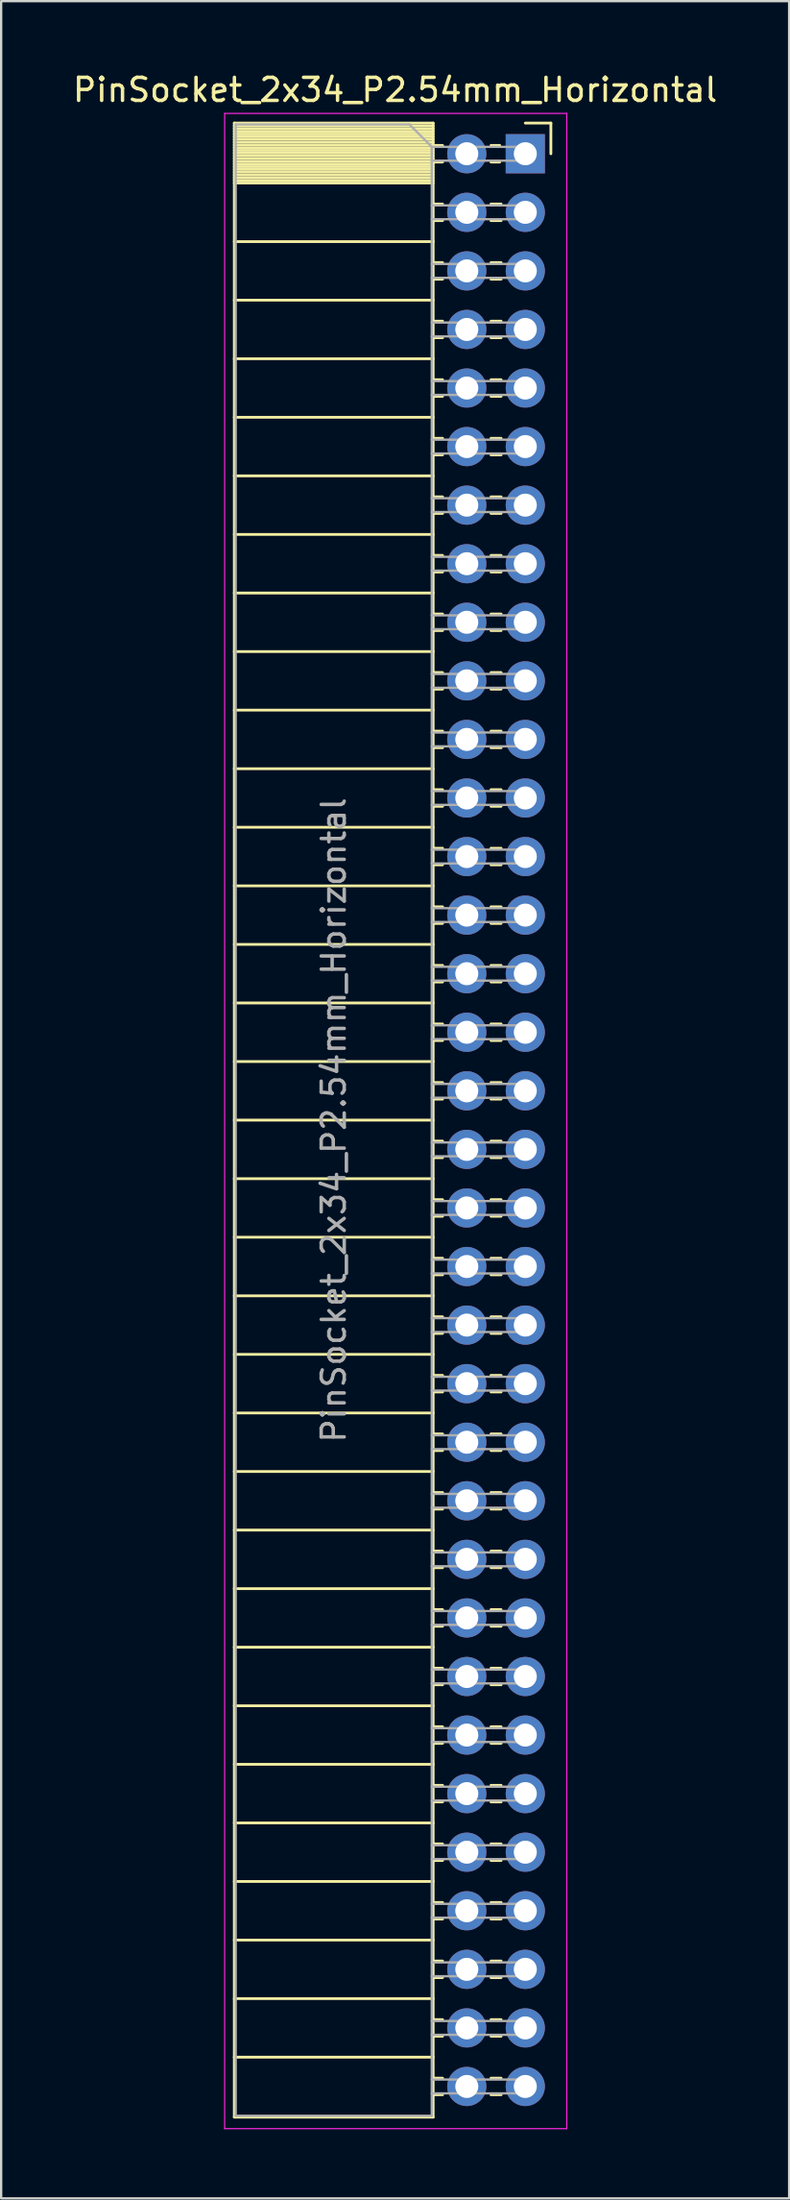
<source format=kicad_pcb>
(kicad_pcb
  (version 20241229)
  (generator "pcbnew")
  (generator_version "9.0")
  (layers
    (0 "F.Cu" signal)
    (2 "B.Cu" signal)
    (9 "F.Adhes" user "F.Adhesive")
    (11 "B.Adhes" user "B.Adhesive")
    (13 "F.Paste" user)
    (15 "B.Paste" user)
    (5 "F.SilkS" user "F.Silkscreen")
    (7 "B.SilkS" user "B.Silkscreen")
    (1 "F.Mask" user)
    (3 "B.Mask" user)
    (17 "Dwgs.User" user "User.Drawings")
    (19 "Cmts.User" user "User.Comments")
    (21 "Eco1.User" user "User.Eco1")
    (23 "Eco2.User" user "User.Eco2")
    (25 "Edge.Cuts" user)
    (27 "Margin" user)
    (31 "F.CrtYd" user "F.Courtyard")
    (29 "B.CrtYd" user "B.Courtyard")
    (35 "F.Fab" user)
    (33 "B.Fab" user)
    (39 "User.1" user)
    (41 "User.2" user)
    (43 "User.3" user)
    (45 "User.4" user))
  (footprint "PinSocket_2x34_P2.54mm_Horizontal"
    (layer "F.Cu")
    (at 19.751 3.618)
    (property "Reference" "PinSocket_2x34_P2.54mm_Horizontal" (at -5.65 -2.77 0) (layer "F.SilkS") (effects (font (size 1 1) (thickness 0.15))))
    (attr through_hole)
    (fp_line (start -12.63 -1.33) (end -12.63 85.15) (stroke (width 0.12) (type solid)) (layer "F.SilkS"))
    (fp_line (start -12.63 -1.33) (end -4 -1.33) (stroke (width 0.12) (type solid)) (layer "F.SilkS"))
    (fp_line (start -12.63 -1.21) (end -4 -1.21) (stroke (width 0.12) (type solid)) (layer "F.SilkS"))
    (fp_line (start -12.63 -1.092) (end -4 -1.092) (stroke (width 0.12) (type solid)) (layer "F.SilkS"))
    (fp_line (start -12.63 -0.974) (end -4 -0.974) (stroke (width 0.12) (type solid)) (layer "F.SilkS"))
    (fp_line (start -12.63 -0.856) (end -4 -0.856) (stroke (width 0.12) (type solid)) (layer "F.SilkS"))
    (fp_line (start -12.63 -0.738) (end -4 -0.738) (stroke (width 0.12) (type solid)) (layer "F.SilkS"))
    (fp_line (start -12.63 -0.62) (end -4 -0.62) (stroke (width 0.12) (type solid)) (layer "F.SilkS"))
    (fp_line (start -12.63 -0.501) (end -4 -0.501) (stroke (width 0.12) (type solid)) (layer "F.SilkS"))
    (fp_line (start -12.63 -0.383) (end -4 -0.383) (stroke (width 0.12) (type solid)) (layer "F.SilkS"))
    (fp_line (start -12.63 -0.265) (end -4 -0.265) (stroke (width 0.12) (type solid)) (layer "F.SilkS"))
    (fp_line (start -12.63 -0.147) (end -4 -0.147) (stroke (width 0.12) (type solid)) (layer "F.SilkS"))
    (fp_line (start -12.63 -0.029) (end -4 -0.029) (stroke (width 0.12) (type solid)) (layer "F.SilkS"))
    (fp_line (start -12.63 0.089) (end -4 0.089) (stroke (width 0.12) (type solid)) (layer "F.SilkS"))
    (fp_line (start -12.63 0.207) (end -4 0.207) (stroke (width 0.12) (type solid)) (layer "F.SilkS"))
    (fp_line (start -12.63 0.325) (end -4 0.325) (stroke (width 0.12) (type solid)) (layer "F.SilkS"))
    (fp_line (start -12.63 0.443) (end -4 0.443) (stroke (width 0.12) (type solid)) (layer "F.SilkS"))
    (fp_line (start -12.63 0.561) (end -4 0.561) (stroke (width 0.12) (type solid)) (layer "F.SilkS"))
    (fp_line (start -12.63 0.68) (end -4 0.68) (stroke (width 0.12) (type solid)) (layer "F.SilkS"))
    (fp_line (start -12.63 0.798) (end -4 0.798) (stroke (width 0.12) (type solid)) (layer "F.SilkS"))
    (fp_line (start -12.63 0.916) (end -4 0.916) (stroke (width 0.12) (type solid)) (layer "F.SilkS"))
    (fp_line (start -12.63 1.034) (end -4 1.034) (stroke (width 0.12) (type solid)) (layer "F.SilkS"))
    (fp_line (start -12.63 1.152) (end -4 1.152) (stroke (width 0.12) (type solid)) (layer "F.SilkS"))
    (fp_line (start -12.63 1.27) (end -4 1.27) (stroke (width 0.12) (type solid)) (layer "F.SilkS"))
    (fp_line (start -12.63 3.81) (end -4 3.81) (stroke (width 0.12) (type solid)) (layer "F.SilkS"))
    (fp_line (start -12.63 6.35) (end -4 6.35) (stroke (width 0.12) (type solid)) (layer "F.SilkS"))
    (fp_line (start -12.63 8.89) (end -4 8.89) (stroke (width 0.12) (type solid)) (layer "F.SilkS"))
    (fp_line (start -12.63 11.43) (end -4 11.43) (stroke (width 0.12) (type solid)) (layer "F.SilkS"))
    (fp_line (start -12.63 13.97) (end -4 13.97) (stroke (width 0.12) (type solid)) (layer "F.SilkS"))
    (fp_line (start -12.63 16.51) (end -4 16.51) (stroke (width 0.12) (type solid)) (layer "F.SilkS"))
    (fp_line (start -12.63 19.05) (end -4 19.05) (stroke (width 0.12) (type solid)) (layer "F.SilkS"))
    (fp_line (start -12.63 21.59) (end -4 21.59) (stroke (width 0.12) (type solid)) (layer "F.SilkS"))
    (fp_line (start -12.63 24.13) (end -4 24.13) (stroke (width 0.12) (type solid)) (layer "F.SilkS"))
    (fp_line (start -12.63 26.67) (end -4 26.67) (stroke (width 0.12) (type solid)) (layer "F.SilkS"))
    (fp_line (start -12.63 29.21) (end -4 29.21) (stroke (width 0.12) (type solid)) (layer "F.SilkS"))
    (fp_line (start -12.63 31.75) (end -4 31.75) (stroke (width 0.12) (type solid)) (layer "F.SilkS"))
    (fp_line (start -12.63 34.29) (end -4 34.29) (stroke (width 0.12) (type solid)) (layer "F.SilkS"))
    (fp_line (start -12.63 36.83) (end -4 36.83) (stroke (width 0.12) (type solid)) (layer "F.SilkS"))
    (fp_line (start -12.63 39.37) (end -4 39.37) (stroke (width 0.12) (type solid)) (layer "F.SilkS"))
    (fp_line (start -12.63 41.91) (end -4 41.91) (stroke (width 0.12) (type solid)) (layer "F.SilkS"))
    (fp_line (start -12.63 44.45) (end -4 44.45) (stroke (width 0.12) (type solid)) (layer "F.SilkS"))
    (fp_line (start -12.63 46.99) (end -4 46.99) (stroke (width 0.12) (type solid)) (layer "F.SilkS"))
    (fp_line (start -12.63 49.53) (end -4 49.53) (stroke (width 0.12) (type solid)) (layer "F.SilkS"))
    (fp_line (start -12.63 52.07) (end -4 52.07) (stroke (width 0.12) (type solid)) (layer "F.SilkS"))
    (fp_line (start -12.63 54.61) (end -4 54.61) (stroke (width 0.12) (type solid)) (layer "F.SilkS"))
    (fp_line (start -12.63 57.15) (end -4 57.15) (stroke (width 0.12) (type solid)) (layer "F.SilkS"))
    (fp_line (start -12.63 59.69) (end -4 59.69) (stroke (width 0.12) (type solid)) (layer "F.SilkS"))
    (fp_line (start -12.63 62.23) (end -4 62.23) (stroke (width 0.12) (type solid)) (layer "F.SilkS"))
    (fp_line (start -12.63 64.77) (end -4 64.77) (stroke (width 0.12) (type solid)) (layer "F.SilkS"))
    (fp_line (start -12.63 67.31) (end -4 67.31) (stroke (width 0.12) (type solid)) (layer "F.SilkS"))
    (fp_line (start -12.63 69.85) (end -4 69.85) (stroke (width 0.12) (type solid)) (layer "F.SilkS"))
    (fp_line (start -12.63 72.39) (end -4 72.39) (stroke (width 0.12) (type solid)) (layer "F.SilkS"))
    (fp_line (start -12.63 74.93) (end -4 74.93) (stroke (width 0.12) (type solid)) (layer "F.SilkS"))
    (fp_line (start -12.63 77.47) (end -4 77.47) (stroke (width 0.12) (type solid)) (layer "F.SilkS"))
    (fp_line (start -12.63 80.01) (end -4 80.01) (stroke (width 0.12) (type solid)) (layer "F.SilkS"))
    (fp_line (start -12.63 82.55) (end -4 82.55) (stroke (width 0.12) (type solid)) (layer "F.SilkS"))
    (fp_line (start -12.63 85.15) (end -4 85.15) (stroke (width 0.12) (type solid)) (layer "F.SilkS"))
    (fp_line (start -4 -1.33) (end -4 85.15) (stroke (width 0.12) (type solid)) (layer "F.SilkS"))
    (fp_line (start -4 -0.36) (end -3.59 -0.36) (stroke (width 0.12) (type solid)) (layer "F.SilkS"))
    (fp_line (start -4 0.36) (end -3.59 0.36) (stroke (width 0.12) (type solid)) (layer "F.SilkS"))
    (fp_line (start -4 2.18) (end -3.59 2.18) (stroke (width 0.12) (type solid)) (layer "F.SilkS"))
    (fp_line (start -4 2.9) (end -3.59 2.9) (stroke (width 0.12) (type solid)) (layer "F.SilkS"))
    (fp_line (start -4 4.72) (end -3.59 4.72) (stroke (width 0.12) (type solid)) (layer "F.SilkS"))
    (fp_line (start -4 5.44) (end -3.59 5.44) (stroke (width 0.12) (type solid)) (layer "F.SilkS"))
    (fp_line (start -4 7.26) (end -3.59 7.26) (stroke (width 0.12) (type solid)) (layer "F.SilkS"))
    (fp_line (start -4 7.98) (end -3.59 7.98) (stroke (width 0.12) (type solid)) (layer "F.SilkS"))
    (fp_line (start -4 9.8) (end -3.59 9.8) (stroke (width 0.12) (type solid)) (layer "F.SilkS"))
    (fp_line (start -4 10.52) (end -3.59 10.52) (stroke (width 0.12) (type solid)) (layer "F.SilkS"))
    (fp_line (start -4 12.34) (end -3.59 12.34) (stroke (width 0.12) (type solid)) (layer "F.SilkS"))
    (fp_line (start -4 13.06) (end -3.59 13.06) (stroke (width 0.12) (type solid)) (layer "F.SilkS"))
    (fp_line (start -4 14.88) (end -3.59 14.88) (stroke (width 0.12) (type solid)) (layer "F.SilkS"))
    (fp_line (start -4 15.6) (end -3.59 15.6) (stroke (width 0.12) (type solid)) (layer "F.SilkS"))
    (fp_line (start -4 17.42) (end -3.59 17.42) (stroke (width 0.12) (type solid)) (layer "F.SilkS"))
    (fp_line (start -4 18.14) (end -3.59 18.14) (stroke (width 0.12) (type solid)) (layer "F.SilkS"))
    (fp_line (start -4 19.96) (end -3.59 19.96) (stroke (width 0.12) (type solid)) (layer "F.SilkS"))
    (fp_line (start -4 20.68) (end -3.59 20.68) (stroke (width 0.12) (type solid)) (layer "F.SilkS"))
    (fp_line (start -4 22.5) (end -3.59 22.5) (stroke (width 0.12) (type solid)) (layer "F.SilkS"))
    (fp_line (start -4 23.22) (end -3.59 23.22) (stroke (width 0.12) (type solid)) (layer "F.SilkS"))
    (fp_line (start -4 25.04) (end -3.59 25.04) (stroke (width 0.12) (type solid)) (layer "F.SilkS"))
    (fp_line (start -4 25.76) (end -3.59 25.76) (stroke (width 0.12) (type solid)) (layer "F.SilkS"))
    (fp_line (start -4 27.58) (end -3.59 27.58) (stroke (width 0.12) (type solid)) (layer "F.SilkS"))
    (fp_line (start -4 28.3) (end -3.59 28.3) (stroke (width 0.12) (type solid)) (layer "F.SilkS"))
    (fp_line (start -4 30.12) (end -3.59 30.12) (stroke (width 0.12) (type solid)) (layer "F.SilkS"))
    (fp_line (start -4 30.84) (end -3.59 30.84) (stroke (width 0.12) (type solid)) (layer "F.SilkS"))
    (fp_line (start -4 32.66) (end -3.59 32.66) (stroke (width 0.12) (type solid)) (layer "F.SilkS"))
    (fp_line (start -4 33.38) (end -3.59 33.38) (stroke (width 0.12) (type solid)) (layer "F.SilkS"))
    (fp_line (start -4 35.2) (end -3.59 35.2) (stroke (width 0.12) (type solid)) (layer "F.SilkS"))
    (fp_line (start -4 35.92) (end -3.59 35.92) (stroke (width 0.12) (type solid)) (layer "F.SilkS"))
    (fp_line (start -4 37.74) (end -3.59 37.74) (stroke (width 0.12) (type solid)) (layer "F.SilkS"))
    (fp_line (start -4 38.46) (end -3.59 38.46) (stroke (width 0.12) (type solid)) (layer "F.SilkS"))
    (fp_line (start -4 40.28) (end -3.59 40.28) (stroke (width 0.12) (type solid)) (layer "F.SilkS"))
    (fp_line (start -4 41) (end -3.59 41) (stroke (width 0.12) (type solid)) (layer "F.SilkS"))
    (fp_line (start -4 42.82) (end -3.59 42.82) (stroke (width 0.12) (type solid)) (layer "F.SilkS"))
    (fp_line (start -4 43.54) (end -3.59 43.54) (stroke (width 0.12) (type solid)) (layer "F.SilkS"))
    (fp_line (start -4 45.36) (end -3.59 45.36) (stroke (width 0.12) (type solid)) (layer "F.SilkS"))
    (fp_line (start -4 46.08) (end -3.59 46.08) (stroke (width 0.12) (type solid)) (layer "F.SilkS"))
    (fp_line (start -4 47.9) (end -3.59 47.9) (stroke (width 0.12) (type solid)) (layer "F.SilkS"))
    (fp_line (start -4 48.62) (end -3.59 48.62) (stroke (width 0.12) (type solid)) (layer "F.SilkS"))
    (fp_line (start -4 50.44) (end -3.59 50.44) (stroke (width 0.12) (type solid)) (layer "F.SilkS"))
    (fp_line (start -4 51.16) (end -3.59 51.16) (stroke (width 0.12) (type solid)) (layer "F.SilkS"))
    (fp_line (start -4 52.98) (end -3.59 52.98) (stroke (width 0.12) (type solid)) (layer "F.SilkS"))
    (fp_line (start -4 53.7) (end -3.59 53.7) (stroke (width 0.12) (type solid)) (layer "F.SilkS"))
    (fp_line (start -4 55.52) (end -3.59 55.52) (stroke (width 0.12) (type solid)) (layer "F.SilkS"))
    (fp_line (start -4 56.24) (end -3.59 56.24) (stroke (width 0.12) (type solid)) (layer "F.SilkS"))
    (fp_line (start -4 58.06) (end -3.59 58.06) (stroke (width 0.12) (type solid)) (layer "F.SilkS"))
    (fp_line (start -4 58.78) (end -3.59 58.78) (stroke (width 0.12) (type solid)) (layer "F.SilkS"))
    (fp_line (start -4 60.6) (end -3.59 60.6) (stroke (width 0.12) (type solid)) (layer "F.SilkS"))
    (fp_line (start -4 61.32) (end -3.59 61.32) (stroke (width 0.12) (type solid)) (layer "F.SilkS"))
    (fp_line (start -4 63.14) (end -3.59 63.14) (stroke (width 0.12) (type solid)) (layer "F.SilkS"))
    (fp_line (start -4 63.86) (end -3.59 63.86) (stroke (width 0.12) (type solid)) (layer "F.SilkS"))
    (fp_line (start -4 65.68) (end -3.59 65.68) (stroke (width 0.12) (type solid)) (layer "F.SilkS"))
    (fp_line (start -4 66.4) (end -3.59 66.4) (stroke (width 0.12) (type solid)) (layer "F.SilkS"))
    (fp_line (start -4 68.22) (end -3.59 68.22) (stroke (width 0.12) (type solid)) (layer "F.SilkS"))
    (fp_line (start -4 68.94) (end -3.59 68.94) (stroke (width 0.12) (type solid)) (layer "F.SilkS"))
    (fp_line (start -4 70.76) (end -3.59 70.76) (stroke (width 0.12) (type solid)) (layer "F.SilkS"))
    (fp_line (start -4 71.48) (end -3.59 71.48) (stroke (width 0.12) (type solid)) (layer "F.SilkS"))
    (fp_line (start -4 73.3) (end -3.59 73.3) (stroke (width 0.12) (type solid)) (layer "F.SilkS"))
    (fp_line (start -4 74.02) (end -3.59 74.02) (stroke (width 0.12) (type solid)) (layer "F.SilkS"))
    (fp_line (start -4 75.84) (end -3.59 75.84) (stroke (width 0.12) (type solid)) (layer "F.SilkS"))
    (fp_line (start -4 76.56) (end -3.59 76.56) (stroke (width 0.12) (type solid)) (layer "F.SilkS"))
    (fp_line (start -4 78.38) (end -3.59 78.38) (stroke (width 0.12) (type solid)) (layer "F.SilkS"))
    (fp_line (start -4 79.1) (end -3.59 79.1) (stroke (width 0.12) (type solid)) (layer "F.SilkS"))
    (fp_line (start -4 80.92) (end -3.59 80.92) (stroke (width 0.12) (type solid)) (layer "F.SilkS"))
    (fp_line (start -4 81.64) (end -3.59 81.64) (stroke (width 0.12) (type solid)) (layer "F.SilkS"))
    (fp_line (start -4 83.46) (end -3.59 83.46) (stroke (width 0.12) (type solid)) (layer "F.SilkS"))
    (fp_line (start -4 84.18) (end -3.59 84.18) (stroke (width 0.12) (type solid)) (layer "F.SilkS"))
    (fp_line (start -1.49 -0.36) (end -1.11 -0.36) (stroke (width 0.12) (type solid)) (layer "F.SilkS"))
    (fp_line (start -1.49 0.36) (end -1.11 0.36) (stroke (width 0.12) (type solid)) (layer "F.SilkS"))
    (fp_line (start -1.49 2.18) (end -1.05 2.18) (stroke (width 0.12) (type solid)) (layer "F.SilkS"))
    (fp_line (start -1.49 2.9) (end -1.05 2.9) (stroke (width 0.12) (type solid)) (layer "F.SilkS"))
    (fp_line (start -1.49 4.72) (end -1.05 4.72) (stroke (width 0.12) (type solid)) (layer "F.SilkS"))
    (fp_line (start -1.49 5.44) (end -1.05 5.44) (stroke (width 0.12) (type solid)) (layer "F.SilkS"))
    (fp_line (start -1.49 7.26) (end -1.05 7.26) (stroke (width 0.12) (type solid)) (layer "F.SilkS"))
    (fp_line (start -1.49 7.98) (end -1.05 7.98) (stroke (width 0.12) (type solid)) (layer "F.SilkS"))
    (fp_line (start -1.49 9.8) (end -1.05 9.8) (stroke (width 0.12) (type solid)) (layer "F.SilkS"))
    (fp_line (start -1.49 10.52) (end -1.05 10.52) (stroke (width 0.12) (type solid)) (layer "F.SilkS"))
    (fp_line (start -1.49 12.34) (end -1.05 12.34) (stroke (width 0.12) (type solid)) (layer "F.SilkS"))
    (fp_line (start -1.49 13.06) (end -1.05 13.06) (stroke (width 0.12) (type solid)) (layer "F.SilkS"))
    (fp_line (start -1.49 14.88) (end -1.05 14.88) (stroke (width 0.12) (type solid)) (layer "F.SilkS"))
    (fp_line (start -1.49 15.6) (end -1.05 15.6) (stroke (width 0.12) (type solid)) (layer "F.SilkS"))
    (fp_line (start -1.49 17.42) (end -1.05 17.42) (stroke (width 0.12) (type solid)) (layer "F.SilkS"))
    (fp_line (start -1.49 18.14) (end -1.05 18.14) (stroke (width 0.12) (type solid)) (layer "F.SilkS"))
    (fp_line (start -1.49 19.96) (end -1.05 19.96) (stroke (width 0.12) (type solid)) (layer "F.SilkS"))
    (fp_line (start -1.49 20.68) (end -1.05 20.68) (stroke (width 0.12) (type solid)) (layer "F.SilkS"))
    (fp_line (start -1.49 22.5) (end -1.05 22.5) (stroke (width 0.12) (type solid)) (layer "F.SilkS"))
    (fp_line (start -1.49 23.22) (end -1.05 23.22) (stroke (width 0.12) (type solid)) (layer "F.SilkS"))
    (fp_line (start -1.49 25.04) (end -1.05 25.04) (stroke (width 0.12) (type solid)) (layer "F.SilkS"))
    (fp_line (start -1.49 25.76) (end -1.05 25.76) (stroke (width 0.12) (type solid)) (layer "F.SilkS"))
    (fp_line (start -1.49 27.58) (end -1.05 27.58) (stroke (width 0.12) (type solid)) (layer "F.SilkS"))
    (fp_line (start -1.49 28.3) (end -1.05 28.3) (stroke (width 0.12) (type solid)) (layer "F.SilkS"))
    (fp_line (start -1.49 30.12) (end -1.05 30.12) (stroke (width 0.12) (type solid)) (layer "F.SilkS"))
    (fp_line (start -1.49 30.84) (end -1.05 30.84) (stroke (width 0.12) (type solid)) (layer "F.SilkS"))
    (fp_line (start -1.49 32.66) (end -1.05 32.66) (stroke (width 0.12) (type solid)) (layer "F.SilkS"))
    (fp_line (start -1.49 33.38) (end -1.05 33.38) (stroke (width 0.12) (type solid)) (layer "F.SilkS"))
    (fp_line (start -1.49 35.2) (end -1.05 35.2) (stroke (width 0.12) (type solid)) (layer "F.SilkS"))
    (fp_line (start -1.49 35.92) (end -1.05 35.92) (stroke (width 0.12) (type solid)) (layer "F.SilkS"))
    (fp_line (start -1.49 37.74) (end -1.05 37.74) (stroke (width 0.12) (type solid)) (layer "F.SilkS"))
    (fp_line (start -1.49 38.46) (end -1.05 38.46) (stroke (width 0.12) (type solid)) (layer "F.SilkS"))
    (fp_line (start -1.49 40.28) (end -1.05 40.28) (stroke (width 0.12) (type solid)) (layer "F.SilkS"))
    (fp_line (start -1.49 41) (end -1.05 41) (stroke (width 0.12) (type solid)) (layer "F.SilkS"))
    (fp_line (start -1.49 42.82) (end -1.05 42.82) (stroke (width 0.12) (type solid)) (layer "F.SilkS"))
    (fp_line (start -1.49 43.54) (end -1.05 43.54) (stroke (width 0.12) (type solid)) (layer "F.SilkS"))
    (fp_line (start -1.49 45.36) (end -1.05 45.36) (stroke (width 0.12) (type solid)) (layer "F.SilkS"))
    (fp_line (start -1.49 46.08) (end -1.05 46.08) (stroke (width 0.12) (type solid)) (layer "F.SilkS"))
    (fp_line (start -1.49 47.9) (end -1.05 47.9) (stroke (width 0.12) (type solid)) (layer "F.SilkS"))
    (fp_line (start -1.49 48.62) (end -1.05 48.62) (stroke (width 0.12) (type solid)) (layer "F.SilkS"))
    (fp_line (start -1.49 50.44) (end -1.05 50.44) (stroke (width 0.12) (type solid)) (layer "F.SilkS"))
    (fp_line (start -1.49 51.16) (end -1.05 51.16) (stroke (width 0.12) (type solid)) (layer "F.SilkS"))
    (fp_line (start -1.49 52.98) (end -1.05 52.98) (stroke (width 0.12) (type solid)) (layer "F.SilkS"))
    (fp_line (start -1.49 53.7) (end -1.05 53.7) (stroke (width 0.12) (type solid)) (layer "F.SilkS"))
    (fp_line (start -1.49 55.52) (end -1.05 55.52) (stroke (width 0.12) (type solid)) (layer "F.SilkS"))
    (fp_line (start -1.49 56.24) (end -1.05 56.24) (stroke (width 0.12) (type solid)) (layer "F.SilkS"))
    (fp_line (start -1.49 58.06) (end -1.05 58.06) (stroke (width 0.12) (type solid)) (layer "F.SilkS"))
    (fp_line (start -1.49 58.78) (end -1.05 58.78) (stroke (width 0.12) (type solid)) (layer "F.SilkS"))
    (fp_line (start -1.49 60.6) (end -1.05 60.6) (stroke (width 0.12) (type solid)) (layer "F.SilkS"))
    (fp_line (start -1.49 61.32) (end -1.05 61.32) (stroke (width 0.12) (type solid)) (layer "F.SilkS"))
    (fp_line (start -1.49 63.14) (end -1.05 63.14) (stroke (width 0.12) (type solid)) (layer "F.SilkS"))
    (fp_line (start -1.49 63.86) (end -1.05 63.86) (stroke (width 0.12) (type solid)) (layer "F.SilkS"))
    (fp_line (start -1.49 65.68) (end -1.05 65.68) (stroke (width 0.12) (type solid)) (layer "F.SilkS"))
    (fp_line (start -1.49 66.4) (end -1.05 66.4) (stroke (width 0.12) (type solid)) (layer "F.SilkS"))
    (fp_line (start -1.49 68.22) (end -1.05 68.22) (stroke (width 0.12) (type solid)) (layer "F.SilkS"))
    (fp_line (start -1.49 68.94) (end -1.05 68.94) (stroke (width 0.12) (type solid)) (layer "F.SilkS"))
    (fp_line (start -1.49 70.76) (end -1.05 70.76) (stroke (width 0.12) (type solid)) (layer "F.SilkS"))
    (fp_line (start -1.49 71.48) (end -1.05 71.48) (stroke (width 0.12) (type solid)) (layer "F.SilkS"))
    (fp_line (start -1.49 73.3) (end -1.05 73.3) (stroke (width 0.12) (type solid)) (layer "F.SilkS"))
    (fp_line (start -1.49 74.02) (end -1.05 74.02) (stroke (width 0.12) (type solid)) (layer "F.SilkS"))
    (fp_line (start -1.49 75.84) (end -1.05 75.84) (stroke (width 0.12) (type solid)) (layer "F.SilkS"))
    (fp_line (start -1.49 76.56) (end -1.05 76.56) (stroke (width 0.12) (type solid)) (layer "F.SilkS"))
    (fp_line (start -1.49 78.38) (end -1.05 78.38) (stroke (width 0.12) (type solid)) (layer "F.SilkS"))
    (fp_line (start -1.49 79.1) (end -1.05 79.1) (stroke (width 0.12) (type solid)) (layer "F.SilkS"))
    (fp_line (start -1.49 80.92) (end -1.05 80.92) (stroke (width 0.12) (type solid)) (layer "F.SilkS"))
    (fp_line (start -1.49 81.64) (end -1.05 81.64) (stroke (width 0.12) (type solid)) (layer "F.SilkS"))
    (fp_line (start -1.49 83.46) (end -1.05 83.46) (stroke (width 0.12) (type solid)) (layer "F.SilkS"))
    (fp_line (start -1.49 84.18) (end -1.05 84.18) (stroke (width 0.12) (type solid)) (layer "F.SilkS"))
    (fp_line (start 0 -1.33) (end 1.11 -1.33) (stroke (width 0.12) (type solid)) (layer "F.SilkS"))
    (fp_line (start 1.11 -1.33) (end 1.11 0) (stroke (width 0.12) (type solid)) (layer "F.SilkS"))
    (fp_line (start -13.05 -1.75) (end -13.05 85.65) (stroke (width 0.05) (type solid)) (layer "F.CrtYd"))
    (fp_line (start -13.05 85.65) (end 1.8 85.65) (stroke (width 0.05) (type solid)) (layer "F.CrtYd"))
    (fp_line (start 1.8 -1.75) (end -13.05 -1.75) (stroke (width 0.05) (type solid)) (layer "F.CrtYd"))
    (fp_line (start 1.8 85.65) (end 1.8 -1.75) (stroke (width 0.05) (type solid)) (layer "F.CrtYd"))
    (fp_line (start -12.57 -1.27) (end -5.03 -1.27) (stroke (width 0.1) (type solid)) (layer "F.Fab"))
    (fp_line (start -12.57 85.09) (end -12.57 -1.27) (stroke (width 0.1) (type solid)) (layer "F.Fab"))
    (fp_line (start -5.03 -1.27) (end -4.06 -0.3) (stroke (width 0.1) (type solid)) (layer "F.Fab"))
    (fp_line (start -4.06 -0.3) (end -4.06 85.09) (stroke (width 0.1) (type solid)) (layer "F.Fab"))
    (fp_line (start -4.06 0.3) (end 0 0.3) (stroke (width 0.1) (type solid)) (layer "F.Fab"))
    (fp_line (start -4.06 2.84) (end 0 2.84) (stroke (width 0.1) (type solid)) (layer "F.Fab"))
    (fp_line (start -4.06 5.38) (end 0 5.38) (stroke (width 0.1) (type solid)) (layer "F.Fab"))
    (fp_line (start -4.06 7.92) (end 0 7.92) (stroke (width 0.1) (type solid)) (layer "F.Fab"))
    (fp_line (start -4.06 10.46) (end 0 10.46) (stroke (width 0.1) (type solid)) (layer "F.Fab"))
    (fp_line (start -4.06 13) (end 0 13) (stroke (width 0.1) (type solid)) (layer "F.Fab"))
    (fp_line (start -4.06 15.54) (end 0 15.54) (stroke (width 0.1) (type solid)) (layer "F.Fab"))
    (fp_line (start -4.06 18.08) (end 0 18.08) (stroke (width 0.1) (type solid)) (layer "F.Fab"))
    (fp_line (start -4.06 20.62) (end 0 20.62) (stroke (width 0.1) (type solid)) (layer "F.Fab"))
    (fp_line (start -4.06 23.16) (end 0 23.16) (stroke (width 0.1) (type solid)) (layer "F.Fab"))
    (fp_line (start -4.06 25.7) (end 0 25.7) (stroke (width 0.1) (type solid)) (layer "F.Fab"))
    (fp_line (start -4.06 28.24) (end 0 28.24) (stroke (width 0.1) (type solid)) (layer "F.Fab"))
    (fp_line (start -4.06 30.78) (end 0 30.78) (stroke (width 0.1) (type solid)) (layer "F.Fab"))
    (fp_line (start -4.06 33.32) (end 0 33.32) (stroke (width 0.1) (type solid)) (layer "F.Fab"))
    (fp_line (start -4.06 35.86) (end 0 35.86) (stroke (width 0.1) (type solid)) (layer "F.Fab"))
    (fp_line (start -4.06 38.4) (end 0 38.4) (stroke (width 0.1) (type solid)) (layer "F.Fab"))
    (fp_line (start -4.06 40.94) (end 0 40.94) (stroke (width 0.1) (type solid)) (layer "F.Fab"))
    (fp_line (start -4.06 43.48) (end 0 43.48) (stroke (width 0.1) (type solid)) (layer "F.Fab"))
    (fp_line (start -4.06 46.02) (end 0 46.02) (stroke (width 0.1) (type solid)) (layer "F.Fab"))
    (fp_line (start -4.06 48.56) (end 0 48.56) (stroke (width 0.1) (type solid)) (layer "F.Fab"))
    (fp_line (start -4.06 51.1) (end 0 51.1) (stroke (width 0.1) (type solid)) (layer "F.Fab"))
    (fp_line (start -4.06 53.64) (end 0 53.64) (stroke (width 0.1) (type solid)) (layer "F.Fab"))
    (fp_line (start -4.06 56.18) (end 0 56.18) (stroke (width 0.1) (type solid)) (layer "F.Fab"))
    (fp_line (start -4.06 58.72) (end 0 58.72) (stroke (width 0.1) (type solid)) (layer "F.Fab"))
    (fp_line (start -4.06 61.26) (end 0 61.26) (stroke (width 0.1) (type solid)) (layer "F.Fab"))
    (fp_line (start -4.06 63.8) (end 0 63.8) (stroke (width 0.1) (type solid)) (layer "F.Fab"))
    (fp_line (start -4.06 66.34) (end 0 66.34) (stroke (width 0.1) (type solid)) (layer "F.Fab"))
    (fp_line (start -4.06 68.88) (end 0 68.88) (stroke (width 0.1) (type solid)) (layer "F.Fab"))
    (fp_line (start -4.06 71.42) (end 0 71.42) (stroke (width 0.1) (type solid)) (layer "F.Fab"))
    (fp_line (start -4.06 73.96) (end 0 73.96) (stroke (width 0.1) (type solid)) (layer "F.Fab"))
    (fp_line (start -4.06 76.5) (end 0 76.5) (stroke (width 0.1) (type solid)) (layer "F.Fab"))
    (fp_line (start -4.06 79.04) (end 0 79.04) (stroke (width 0.1) (type solid)) (layer "F.Fab"))
    (fp_line (start -4.06 81.58) (end 0 81.58) (stroke (width 0.1) (type solid)) (layer "F.Fab"))
    (fp_line (start -4.06 84.12) (end 0 84.12) (stroke (width 0.1) (type solid)) (layer "F.Fab"))
    (fp_line (start -4.06 85.09) (end -12.57 85.09) (stroke (width 0.1) (type solid)) (layer "F.Fab"))
    (fp_line (start 0 -0.3) (end -4.06 -0.3) (stroke (width 0.1) (type solid)) (layer "F.Fab"))
    (fp_line (start 0 0.3) (end 0 -0.3) (stroke (width 0.1) (type solid)) (layer "F.Fab"))
    (fp_line (start 0 2.24) (end -4.06 2.24) (stroke (width 0.1) (type solid)) (layer "F.Fab"))
    (fp_line (start 0 2.84) (end 0 2.24) (stroke (width 0.1) (type solid)) (layer "F.Fab"))
    (fp_line (start 0 4.78) (end -4.06 4.78) (stroke (width 0.1) (type solid)) (layer "F.Fab"))
    (fp_line (start 0 5.38) (end 0 4.78) (stroke (width 0.1) (type solid)) (layer "F.Fab"))
    (fp_line (start 0 7.32) (end -4.06 7.32) (stroke (width 0.1) (type solid)) (layer "F.Fab"))
    (fp_line (start 0 7.92) (end 0 7.32) (stroke (width 0.1) (type solid)) (layer "F.Fab"))
    (fp_line (start 0 9.86) (end -4.06 9.86) (stroke (width 0.1) (type solid)) (layer "F.Fab"))
    (fp_line (start 0 10.46) (end 0 9.86) (stroke (width 0.1) (type solid)) (layer "F.Fab"))
    (fp_line (start 0 12.4) (end -4.06 12.4) (stroke (width 0.1) (type solid)) (layer "F.Fab"))
    (fp_line (start 0 13) (end 0 12.4) (stroke (width 0.1) (type solid)) (layer "F.Fab"))
    (fp_line (start 0 14.94) (end -4.06 14.94) (stroke (width 0.1) (type solid)) (layer "F.Fab"))
    (fp_line (start 0 15.54) (end 0 14.94) (stroke (width 0.1) (type solid)) (layer "F.Fab"))
    (fp_line (start 0 17.48) (end -4.06 17.48) (stroke (width 0.1) (type solid)) (layer "F.Fab"))
    (fp_line (start 0 18.08) (end 0 17.48) (stroke (width 0.1) (type solid)) (layer "F.Fab"))
    (fp_line (start 0 20.02) (end -4.06 20.02) (stroke (width 0.1) (type solid)) (layer "F.Fab"))
    (fp_line (start 0 20.62) (end 0 20.02) (stroke (width 0.1) (type solid)) (layer "F.Fab"))
    (fp_line (start 0 22.56) (end -4.06 22.56) (stroke (width 0.1) (type solid)) (layer "F.Fab"))
    (fp_line (start 0 23.16) (end 0 22.56) (stroke (width 0.1) (type solid)) (layer "F.Fab"))
    (fp_line (start 0 25.1) (end -4.06 25.1) (stroke (width 0.1) (type solid)) (layer "F.Fab"))
    (fp_line (start 0 25.7) (end 0 25.1) (stroke (width 0.1) (type solid)) (layer "F.Fab"))
    (fp_line (start 0 27.64) (end -4.06 27.64) (stroke (width 0.1) (type solid)) (layer "F.Fab"))
    (fp_line (start 0 28.24) (end 0 27.64) (stroke (width 0.1) (type solid)) (layer "F.Fab"))
    (fp_line (start 0 30.18) (end -4.06 30.18) (stroke (width 0.1) (type solid)) (layer "F.Fab"))
    (fp_line (start 0 30.78) (end 0 30.18) (stroke (width 0.1) (type solid)) (layer "F.Fab"))
    (fp_line (start 0 32.72) (end -4.06 32.72) (stroke (width 0.1) (type solid)) (layer "F.Fab"))
    (fp_line (start 0 33.32) (end 0 32.72) (stroke (width 0.1) (type solid)) (layer "F.Fab"))
    (fp_line (start 0 35.26) (end -4.06 35.26) (stroke (width 0.1) (type solid)) (layer "F.Fab"))
    (fp_line (start 0 35.86) (end 0 35.26) (stroke (width 0.1) (type solid)) (layer "F.Fab"))
    (fp_line (start 0 37.8) (end -4.06 37.8) (stroke (width 0.1) (type solid)) (layer "F.Fab"))
    (fp_line (start 0 38.4) (end 0 37.8) (stroke (width 0.1) (type solid)) (layer "F.Fab"))
    (fp_line (start 0 40.34) (end -4.06 40.34) (stroke (width 0.1) (type solid)) (layer "F.Fab"))
    (fp_line (start 0 40.94) (end 0 40.34) (stroke (width 0.1) (type solid)) (layer "F.Fab"))
    (fp_line (start 0 42.88) (end -4.06 42.88) (stroke (width 0.1) (type solid)) (layer "F.Fab"))
    (fp_line (start 0 43.48) (end 0 42.88) (stroke (width 0.1) (type solid)) (layer "F.Fab"))
    (fp_line (start 0 45.42) (end -4.06 45.42) (stroke (width 0.1) (type solid)) (layer "F.Fab"))
    (fp_line (start 0 46.02) (end 0 45.42) (stroke (width 0.1) (type solid)) (layer "F.Fab"))
    (fp_line (start 0 47.96) (end -4.06 47.96) (stroke (width 0.1) (type solid)) (layer "F.Fab"))
    (fp_line (start 0 48.56) (end 0 47.96) (stroke (width 0.1) (type solid)) (layer "F.Fab"))
    (fp_line (start 0 50.5) (end -4.06 50.5) (stroke (width 0.1) (type solid)) (layer "F.Fab"))
    (fp_line (start 0 51.1) (end 0 50.5) (stroke (width 0.1) (type solid)) (layer "F.Fab"))
    (fp_line (start 0 53.04) (end -4.06 53.04) (stroke (width 0.1) (type solid)) (layer "F.Fab"))
    (fp_line (start 0 53.64) (end 0 53.04) (stroke (width 0.1) (type solid)) (layer "F.Fab"))
    (fp_line (start 0 55.58) (end -4.06 55.58) (stroke (width 0.1) (type solid)) (layer "F.Fab"))
    (fp_line (start 0 56.18) (end 0 55.58) (stroke (width 0.1) (type solid)) (layer "F.Fab"))
    (fp_line (start 0 58.12) (end -4.06 58.12) (stroke (width 0.1) (type solid)) (layer "F.Fab"))
    (fp_line (start 0 58.72) (end 0 58.12) (stroke (width 0.1) (type solid)) (layer "F.Fab"))
    (fp_line (start 0 60.66) (end -4.06 60.66) (stroke (width 0.1) (type solid)) (layer "F.Fab"))
    (fp_line (start 0 61.26) (end 0 60.66) (stroke (width 0.1) (type solid)) (layer "F.Fab"))
    (fp_line (start 0 63.2) (end -4.06 63.2) (stroke (width 0.1) (type solid)) (layer "F.Fab"))
    (fp_line (start 0 63.8) (end 0 63.2) (stroke (width 0.1) (type solid)) (layer "F.Fab"))
    (fp_line (start 0 65.74) (end -4.06 65.74) (stroke (width 0.1) (type solid)) (layer "F.Fab"))
    (fp_line (start 0 66.34) (end 0 65.74) (stroke (width 0.1) (type solid)) (layer "F.Fab"))
    (fp_line (start 0 68.28) (end -4.06 68.28) (stroke (width 0.1) (type solid)) (layer "F.Fab"))
    (fp_line (start 0 68.88) (end 0 68.28) (stroke (width 0.1) (type solid)) (layer "F.Fab"))
    (fp_line (start 0 70.82) (end -4.06 70.82) (stroke (width 0.1) (type solid)) (layer "F.Fab"))
    (fp_line (start 0 71.42) (end 0 70.82) (stroke (width 0.1) (type solid)) (layer "F.Fab"))
    (fp_line (start 0 73.36) (end -4.06 73.36) (stroke (width 0.1) (type solid)) (layer "F.Fab"))
    (fp_line (start 0 73.96) (end 0 73.36) (stroke (width 0.1) (type solid)) (layer "F.Fab"))
    (fp_line (start 0 75.9) (end -4.06 75.9) (stroke (width 0.1) (type solid)) (layer "F.Fab"))
    (fp_line (start 0 76.5) (end 0 75.9) (stroke (width 0.1) (type solid)) (layer "F.Fab"))
    (fp_line (start 0 78.44) (end -4.06 78.44) (stroke (width 0.1) (type solid)) (layer "F.Fab"))
    (fp_line (start 0 79.04) (end 0 78.44) (stroke (width 0.1) (type solid)) (layer "F.Fab"))
    (fp_line (start 0 80.98) (end -4.06 80.98) (stroke (width 0.1) (type solid)) (layer "F.Fab"))
    (fp_line (start 0 81.58) (end 0 80.98) (stroke (width 0.1) (type solid)) (layer "F.Fab"))
    (fp_line (start 0 83.52) (end -4.06 83.52) (stroke (width 0.1) (type solid)) (layer "F.Fab"))
    (fp_line (start 0 84.12) (end 0 83.52) (stroke (width 0.1) (type solid)) (layer "F.Fab"))
    (fp_text user "${REFERENCE}" (at -8.315 41.91 90) (layer "F.Fab") (effects (font (size 1 1) (thickness 0.15))))
    (pad "1" thru_hole rect (at 0 0) (size 1.7 1.7) (drill 1) (layers "*.Cu" "*.Mask"))
    (pad "2" thru_hole circle (at -2.54 0) (size 1.7 1.7) (drill 1) (layers "*.Cu" "*.Mask"))
    (pad "3" thru_hole circle (at 0 2.54) (size 1.7 1.7) (drill 1) (layers "*.Cu" "*.Mask"))
    (pad "4" thru_hole circle (at -2.54 2.54) (size 1.7 1.7) (drill 1) (layers "*.Cu" "*.Mask"))
    (pad "5" thru_hole circle (at 0 5.08) (size 1.7 1.7) (drill 1) (layers "*.Cu" "*.Mask"))
    (pad "6" thru_hole circle (at -2.54 5.08) (size 1.7 1.7) (drill 1) (layers "*.Cu" "*.Mask"))
    (pad "7" thru_hole circle (at 0 7.62) (size 1.7 1.7) (drill 1) (layers "*.Cu" "*.Mask"))
    (pad "8" thru_hole circle (at -2.54 7.62) (size 1.7 1.7) (drill 1) (layers "*.Cu" "*.Mask"))
    (pad "9" thru_hole circle (at 0 10.16) (size 1.7 1.7) (drill 1) (layers "*.Cu" "*.Mask"))
    (pad "10" thru_hole circle (at -2.54 10.16) (size 1.7 1.7) (drill 1) (layers "*.Cu" "*.Mask"))
    (pad "11" thru_hole circle (at 0 12.7) (size 1.7 1.7) (drill 1) (layers "*.Cu" "*.Mask"))
    (pad "12" thru_hole circle (at -2.54 12.7) (size 1.7 1.7) (drill 1) (layers "*.Cu" "*.Mask"))
    (pad "13" thru_hole circle (at 0 15.24) (size 1.7 1.7) (drill 1) (layers "*.Cu" "*.Mask"))
    (pad "14" thru_hole circle (at -2.54 15.24) (size 1.7 1.7) (drill 1) (layers "*.Cu" "*.Mask"))
    (pad "15" thru_hole circle (at 0 17.78) (size 1.7 1.7) (drill 1) (layers "*.Cu" "*.Mask"))
    (pad "16" thru_hole circle (at -2.54 17.78) (size 1.7 1.7) (drill 1) (layers "*.Cu" "*.Mask"))
    (pad "17" thru_hole circle (at 0 20.32) (size 1.7 1.7) (drill 1) (layers "*.Cu" "*.Mask"))
    (pad "18" thru_hole circle (at -2.54 20.32) (size 1.7 1.7) (drill 1) (layers "*.Cu" "*.Mask"))
    (pad "19" thru_hole circle (at 0 22.86) (size 1.7 1.7) (drill 1) (layers "*.Cu" "*.Mask"))
    (pad "20" thru_hole circle (at -2.54 22.86) (size 1.7 1.7) (drill 1) (layers "*.Cu" "*.Mask"))
    (pad "21" thru_hole circle (at 0 25.4) (size 1.7 1.7) (drill 1) (layers "*.Cu" "*.Mask"))
    (pad "22" thru_hole circle (at -2.54 25.4) (size 1.7 1.7) (drill 1) (layers "*.Cu" "*.Mask"))
    (pad "23" thru_hole circle (at 0 27.94) (size 1.7 1.7) (drill 1) (layers "*.Cu" "*.Mask"))
    (pad "24" thru_hole circle (at -2.54 27.94) (size 1.7 1.7) (drill 1) (layers "*.Cu" "*.Mask"))
    (pad "25" thru_hole circle (at 0 30.48) (size 1.7 1.7) (drill 1) (layers "*.Cu" "*.Mask"))
    (pad "26" thru_hole circle (at -2.54 30.48) (size 1.7 1.7) (drill 1) (layers "*.Cu" "*.Mask"))
    (pad "27" thru_hole circle (at 0 33.02) (size 1.7 1.7) (drill 1) (layers "*.Cu" "*.Mask"))
    (pad "28" thru_hole circle (at -2.54 33.02) (size 1.7 1.7) (drill 1) (layers "*.Cu" "*.Mask"))
    (pad "29" thru_hole circle (at 0 35.56) (size 1.7 1.7) (drill 1) (layers "*.Cu" "*.Mask"))
    (pad "30" thru_hole circle (at -2.54 35.56) (size 1.7 1.7) (drill 1) (layers "*.Cu" "*.Mask"))
    (pad "31" thru_hole circle (at 0 38.1) (size 1.7 1.7) (drill 1) (layers "*.Cu" "*.Mask"))
    (pad "32" thru_hole circle (at -2.54 38.1) (size 1.7 1.7) (drill 1) (layers "*.Cu" "*.Mask"))
    (pad "33" thru_hole circle (at 0 40.64) (size 1.7 1.7) (drill 1) (layers "*.Cu" "*.Mask"))
    (pad "34" thru_hole circle (at -2.54 40.64) (size 1.7 1.7) (drill 1) (layers "*.Cu" "*.Mask"))
    (pad "35" thru_hole circle (at 0 43.18) (size 1.7 1.7) (drill 1) (layers "*.Cu" "*.Mask"))
    (pad "36" thru_hole circle (at -2.54 43.18) (size 1.7 1.7) (drill 1) (layers "*.Cu" "*.Mask"))
    (pad "37" thru_hole circle (at 0 45.72) (size 1.7 1.7) (drill 1) (layers "*.Cu" "*.Mask"))
    (pad "38" thru_hole circle (at -2.54 45.72) (size 1.7 1.7) (drill 1) (layers "*.Cu" "*.Mask"))
    (pad "39" thru_hole circle (at 0 48.26) (size 1.7 1.7) (drill 1) (layers "*.Cu" "*.Mask"))
    (pad "40" thru_hole circle (at -2.54 48.26) (size 1.7 1.7) (drill 1) (layers "*.Cu" "*.Mask"))
    (pad "41" thru_hole circle (at 0 50.8) (size 1.7 1.7) (drill 1) (layers "*.Cu" "*.Mask"))
    (pad "42" thru_hole circle (at -2.54 50.8) (size 1.7 1.7) (drill 1) (layers "*.Cu" "*.Mask"))
    (pad "43" thru_hole circle (at 0 53.34) (size 1.7 1.7) (drill 1) (layers "*.Cu" "*.Mask"))
    (pad "44" thru_hole circle (at -2.54 53.34) (size 1.7 1.7) (drill 1) (layers "*.Cu" "*.Mask"))
    (pad "45" thru_hole circle (at 0 55.88) (size 1.7 1.7) (drill 1) (layers "*.Cu" "*.Mask"))
    (pad "46" thru_hole circle (at -2.54 55.88) (size 1.7 1.7) (drill 1) (layers "*.Cu" "*.Mask"))
    (pad "47" thru_hole circle (at 0 58.42) (size 1.7 1.7) (drill 1) (layers "*.Cu" "*.Mask"))
    (pad "48" thru_hole circle (at -2.54 58.42) (size 1.7 1.7) (drill 1) (layers "*.Cu" "*.Mask"))
    (pad "49" thru_hole circle (at 0 60.96) (size 1.7 1.7) (drill 1) (layers "*.Cu" "*.Mask"))
    (pad "50" thru_hole circle (at -2.54 60.96) (size 1.7 1.7) (drill 1) (layers "*.Cu" "*.Mask"))
    (pad "51" thru_hole circle (at 0 63.5) (size 1.7 1.7) (drill 1) (layers "*.Cu" "*.Mask"))
    (pad "52" thru_hole circle (at -2.54 63.5) (size 1.7 1.7) (drill 1) (layers "*.Cu" "*.Mask"))
    (pad "53" thru_hole circle (at 0 66.04) (size 1.7 1.7) (drill 1) (layers "*.Cu" "*.Mask"))
    (pad "54" thru_hole circle (at -2.54 66.04) (size 1.7 1.7) (drill 1) (layers "*.Cu" "*.Mask"))
    (pad "55" thru_hole circle (at 0 68.58) (size 1.7 1.7) (drill 1) (layers "*.Cu" "*.Mask"))
    (pad "56" thru_hole circle (at -2.54 68.58) (size 1.7 1.7) (drill 1) (layers "*.Cu" "*.Mask"))
    (pad "57" thru_hole circle (at 0 71.12) (size 1.7 1.7) (drill 1) (layers "*.Cu" "*.Mask"))
    (pad "58" thru_hole circle (at -2.54 71.12) (size 1.7 1.7) (drill 1) (layers "*.Cu" "*.Mask"))
    (pad "59" thru_hole circle (at 0 73.66) (size 1.7 1.7) (drill 1) (layers "*.Cu" "*.Mask"))
    (pad "60" thru_hole circle (at -2.54 73.66) (size 1.7 1.7) (drill 1) (layers "*.Cu" "*.Mask"))
    (pad "61" thru_hole circle (at 0 76.2) (size 1.7 1.7) (drill 1) (layers "*.Cu" "*.Mask"))
    (pad "62" thru_hole circle (at -2.54 76.2) (size 1.7 1.7) (drill 1) (layers "*.Cu" "*.Mask"))
    (pad "63" thru_hole circle (at 0 78.74) (size 1.7 1.7) (drill 1) (layers "*.Cu" "*.Mask"))
    (pad "64" thru_hole circle (at -2.54 78.74) (size 1.7 1.7) (drill 1) (layers "*.Cu" "*.Mask"))
    (pad "65" thru_hole circle (at 0 81.28) (size 1.7 1.7) (drill 1) (layers "*.Cu" "*.Mask"))
    (pad "66" thru_hole circle (at -2.54 81.28) (size 1.7 1.7) (drill 1) (layers "*.Cu" "*.Mask"))
    (pad "67" thru_hole circle (at 0 83.82) (size 1.7 1.7) (drill 1) (layers "*.Cu" "*.Mask"))
    (pad "68" thru_hole circle (at -2.54 83.82) (size 1.7 1.7) (drill 1) (layers "*.Cu" "*.Mask")))
  (gr_rect
    (start -3 -3)
    (end 31.202 92.293)
    (stroke (width 0.1) (type default))
    (fill no)
    (layer "Edge.Cuts")))
</source>
